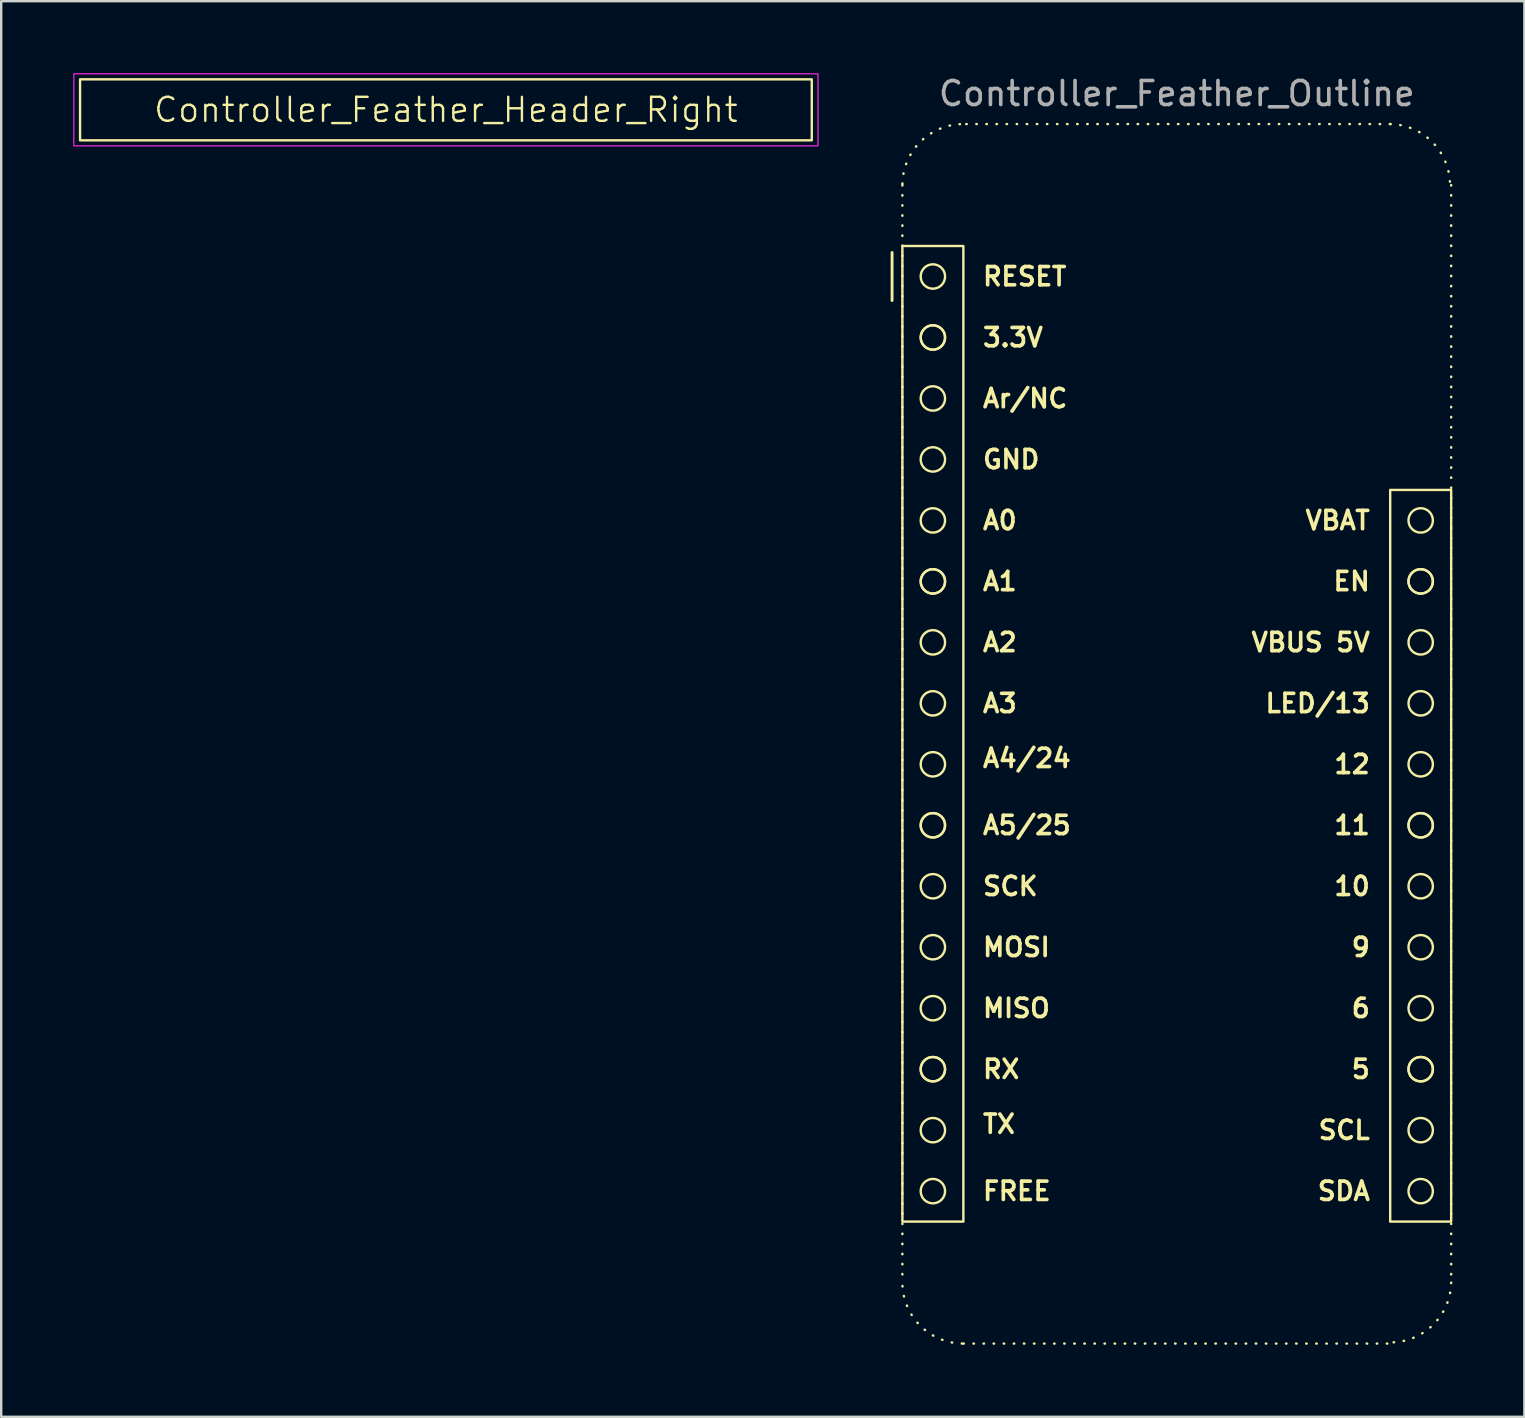
<source format=kicad_pcb>
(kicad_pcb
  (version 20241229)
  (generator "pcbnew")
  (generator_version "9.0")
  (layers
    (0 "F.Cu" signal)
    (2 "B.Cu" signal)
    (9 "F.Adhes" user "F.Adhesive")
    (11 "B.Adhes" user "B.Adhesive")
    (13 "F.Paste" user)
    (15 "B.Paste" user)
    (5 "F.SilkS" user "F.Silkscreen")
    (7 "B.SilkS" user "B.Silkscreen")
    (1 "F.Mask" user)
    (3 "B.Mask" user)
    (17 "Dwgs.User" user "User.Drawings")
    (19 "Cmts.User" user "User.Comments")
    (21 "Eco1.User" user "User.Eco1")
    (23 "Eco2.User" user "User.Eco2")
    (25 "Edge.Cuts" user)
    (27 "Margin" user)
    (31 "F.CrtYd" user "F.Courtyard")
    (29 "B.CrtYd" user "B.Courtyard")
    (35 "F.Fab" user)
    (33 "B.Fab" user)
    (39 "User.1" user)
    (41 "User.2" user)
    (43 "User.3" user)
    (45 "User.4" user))
  (footprint "Controller_Feather_Outline"
    (layer "F.Cu")
    (at 35.81 8.468)
    (property "Reference" "Controller_Feather_Outline" (at 10.16 -7.62 0) (layer "F.Fab") (effects (font (size 1 1) (thickness 0.15))))
    (attr through_hole)
    (fp_line (start -1.7 1) (end -1.7 -1) (stroke (width 0.12) (type solid)) (layer "F.SilkS"))
    (fp_line (start -1.27 -3.81) (end -1.27 41.91) (stroke (width 0.1) (type dot)) (layer "F.SilkS"))
    (fp_line (start 1.27 44.45) (end 19.05 44.45) (stroke (width 0.1) (type dot)) (layer "F.SilkS"))
    (fp_line (start 19.05 -6.35) (end 1.27 -6.35) (stroke (width 0.1) (type dot)) (layer "F.SilkS"))
    (fp_line (start 21.59 -3.81) (end 21.59 41.91) (stroke (width 0.1) (type dot)) (layer "F.SilkS"))
    (fp_rect (start -1.27 -1.27) (end 1.27 39.37) (stroke (width 0.1) (type default)) (fill no) (layer "F.SilkS"))
    (fp_rect (start 19.05 8.89) (end 21.59 39.37) (stroke (width 0.1) (type default)) (fill no) (layer "F.SilkS"))
    (fp_arc (start -1.269532 -3.858762) (mid -0.508728 -5.623209) (end 1.27 -6.35) (stroke (width 0.1) (type dot)) (layer "F.SilkS"))
    (fp_arc (start 1.221238 44.449532) (mid -0.543209 43.688728) (end -1.27 41.91) (stroke (width 0.1) (type dot)) (layer "F.SilkS"))
    (fp_arc (start 19.05 -6.35) (mid 20.814447 -5.589196) (end 21.541238 -3.810468) (stroke (width 0.1) (type dot)) (layer "F.SilkS"))
    (fp_arc (start 21.59 41.91) (mid 20.829196 43.674447) (end 19.050468 44.401238) (stroke (width 0.1) (type dot)) (layer "F.SilkS"))
    (fp_circle (center 0 0) (end 0.508 0) (stroke (width 0.1) (type solid)) (fill no) (layer "F.SilkS"))
    (fp_circle (center 0 2.54) (end 0.508 2.54) (stroke (width 0.1) (type solid)) (fill no) (layer "F.SilkS"))
    (fp_circle (center 0 2.54) (end 0.508 2.54) (stroke (width 0.1) (type solid)) (fill no) (layer "F.SilkS"))
    (fp_circle (center 0 5.08) (end 0.508 5.08) (stroke (width 0.1) (type solid)) (fill no) (layer "F.SilkS"))
    (fp_circle (center 0 7.62) (end 0.508 7.62) (stroke (width 0.1) (type solid)) (fill no) (layer "F.SilkS"))
    (fp_circle (center 0 10.16) (end 0.508 10.16) (stroke (width 0.1) (type solid)) (fill no) (layer "F.SilkS"))
    (fp_circle (center 0 12.7) (end 0.508 12.7) (stroke (width 0.1) (type solid)) (fill no) (layer "F.SilkS"))
    (fp_circle (center 0 12.7) (end 0.508 12.7) (stroke (width 0.1) (type solid)) (fill no) (layer "F.SilkS"))
    (fp_circle (center 0 15.24) (end 0.508 15.24) (stroke (width 0.1) (type solid)) (fill no) (layer "F.SilkS"))
    (fp_circle (center 0 17.78) (end 0.508 17.78) (stroke (width 0.1) (type solid)) (fill no) (layer "F.SilkS"))
    (fp_circle (center 0 20.32) (end 0.508 20.32) (stroke (width 0.1) (type solid)) (fill no) (layer "F.SilkS"))
    (fp_circle (center 0 22.86) (end 0.508 22.86) (stroke (width 0.1) (type solid)) (fill no) (layer "F.SilkS"))
    (fp_circle (center 0 22.86) (end 0.508 22.86) (stroke (width 0.1) (type solid)) (fill no) (layer "F.SilkS"))
    (fp_circle (center 0 25.4) (end 0.508 25.4) (stroke (width 0.1) (type solid)) (fill no) (layer "F.SilkS"))
    (fp_circle (center 0 27.94) (end 0.508 27.94) (stroke (width 0.1) (type solid)) (fill no) (layer "F.SilkS"))
    (fp_circle (center 0 30.48) (end 0.508 30.48) (stroke (width 0.1) (type solid)) (fill no) (layer "F.SilkS"))
    (fp_circle (center 0 33.02) (end 0.508 33.02) (stroke (width 0.1) (type solid)) (fill no) (layer "F.SilkS"))
    (fp_circle (center 0 33.02) (end 0.508 33.02) (stroke (width 0.1) (type solid)) (fill no) (layer "F.SilkS"))
    (fp_circle (center 0 35.56) (end 0.508 35.56) (stroke (width 0.1) (type solid)) (fill no) (layer "F.SilkS"))
    (fp_circle (center 0 38.1) (end 0.508 38.1) (stroke (width 0.1) (type solid)) (fill no) (layer "F.SilkS"))
    (fp_circle (center 20.32 10.16) (end 20.828 10.16) (stroke (width 0.1) (type solid)) (fill no) (layer "F.SilkS"))
    (fp_circle (center 20.32 12.7) (end 20.828 12.7) (stroke (width 0.1) (type solid)) (fill no) (layer "F.SilkS"))
    (fp_circle (center 20.32 12.7) (end 20.828 12.7) (stroke (width 0.1) (type solid)) (fill no) (layer "F.SilkS"))
    (fp_circle (center 20.32 15.24) (end 20.828 15.24) (stroke (width 0.1) (type solid)) (fill no) (layer "F.SilkS"))
    (fp_circle (center 20.32 17.78) (end 20.828 17.78) (stroke (width 0.1) (type solid)) (fill no) (layer "F.SilkS"))
    (fp_circle (center 20.32 20.32) (end 20.828 20.32) (stroke (width 0.1) (type solid)) (fill no) (layer "F.SilkS"))
    (fp_circle (center 20.32 22.86) (end 20.828 22.86) (stroke (width 0.1) (type solid)) (fill no) (layer "F.SilkS"))
    (fp_circle (center 20.32 22.86) (end 20.828 22.86) (stroke (width 0.1) (type solid)) (fill no) (layer "F.SilkS"))
    (fp_circle (center 20.32 25.4) (end 20.828 25.4) (stroke (width 0.1) (type solid)) (fill no) (layer "F.SilkS"))
    (fp_circle (center 20.32 27.94) (end 20.828 27.94) (stroke (width 0.1) (type solid)) (fill no) (layer "F.SilkS"))
    (fp_circle (center 20.32 30.48) (end 20.828 30.48) (stroke (width 0.1) (type solid)) (fill no) (layer "F.SilkS"))
    (fp_circle (center 20.32 33.02) (end 20.828 33.02) (stroke (width 0.1) (type solid)) (fill no) (layer "F.SilkS"))
    (fp_circle (center 20.32 33.02) (end 20.828 33.02) (stroke (width 0.1) (type solid)) (fill no) (layer "F.SilkS"))
    (fp_circle (center 20.32 35.56) (end 20.828 35.56) (stroke (width 0.1) (type solid)) (fill no) (layer "F.SilkS"))
    (fp_circle (center 20.32 38.1) (end 20.828 38.1) (stroke (width 0.1) (type solid)) (fill no) (layer "F.SilkS"))
    (fp_text user "A0" (at 2 10.16 0) (unlocked yes) (layer "F.SilkS") (effects (font (size 0.762 0.762) (thickness 0.152) (bold yes)) (justify left)))
    (fp_text user "6" (at 18.288 30.48 0) (unlocked yes) (layer "F.SilkS") (effects (font (size 0.762 0.762) (thickness 0.152) (bold yes)) (justify right)))
    (fp_text user "A3" (at 2 17.78 0) (unlocked yes) (layer "F.SilkS") (effects (font (size 0.762 0.762) (thickness 0.152) (bold yes)) (justify left)))
    (fp_text user "Ar/NC" (at 2 5.08 0) (unlocked yes) (layer "F.SilkS") (effects (font (size 0.762 0.762) (thickness 0.152) (bold yes)) (justify left)))
    (fp_text user "10" (at 18.288 25.4 0) (unlocked yes) (layer "F.SilkS") (effects (font (size 0.762 0.762) (thickness 0.152) (bold yes)) (justify right)))
    (fp_text user "12" (at 18.288 20.32 0) (unlocked yes) (layer "F.SilkS") (effects (font (size 0.762 0.762) (thickness 0.152) (bold yes)) (justify right)))
    (fp_text user "SCK" (at 2 25.4 0) (unlocked yes) (layer "F.SilkS") (effects (font (size 0.762 0.762) (thickness 0.152) (bold yes)) (justify left)))
    (fp_text user "RX" (at 2 33.02 0) (unlocked yes) (layer "F.SilkS") (effects (font (size 0.762 0.762) (thickness 0.152) (bold yes)) (justify left)))
    (fp_text user "SDA" (at 18.288 38.1 0) (unlocked yes) (layer "F.SilkS") (effects (font (size 0.762 0.762) (thickness 0.152) (bold yes)) (justify right)))
    (fp_text user "A4/24" (at 2 20.066 0) (unlocked yes) (layer "F.SilkS") (effects (font (size 0.762 0.762) (thickness 0.152) (bold yes)) (justify left)))
    (fp_text user "TX" (at 2 35.306 0) (unlocked yes) (layer "F.SilkS") (effects (font (size 0.762 0.762) (thickness 0.152) (bold yes)) (justify left)))
    (fp_text user "5" (at 18.288 33.02 0) (unlocked yes) (layer "F.SilkS") (effects (font (size 0.762 0.762) (thickness 0.152) (bold yes)) (justify right)))
    (fp_text user "11" (at 18.288 22.86 0) (unlocked yes) (layer "F.SilkS") (effects (font (size 0.762 0.762) (thickness 0.152) (bold yes)) (justify right)))
    (fp_text user "3.3V" (at 2 2.54 0) (unlocked yes) (layer "F.SilkS") (effects (font (size 0.762 0.762) (thickness 0.152) (bold yes)) (justify left)))
    (fp_text user "VBAT" (at 18.288 10.16 0) (unlocked yes) (layer "F.SilkS") (effects (font (size 0.762 0.762) (thickness 0.152) (bold yes)) (justify right)))
    (fp_text user "VBUS 5V" (at 18.288 15.24 0) (unlocked yes) (layer "F.SilkS") (effects (font (size 0.762 0.762) (thickness 0.152) (bold yes)) (justify right)))
    (fp_text user "GND" (at 2 7.62 0) (unlocked yes) (layer "F.SilkS") (effects (font (size 0.762 0.762) (thickness 0.152) (bold yes)) (justify left)))
    (fp_text user "RESET" (at 2 0 0) (unlocked yes) (layer "F.SilkS") (effects (font (size 0.762 0.762) (thickness 0.152) (bold yes)) (justify left)))
    (fp_text user "9" (at 18.288 27.94 0) (unlocked yes) (layer "F.SilkS") (effects (font (size 0.762 0.762) (thickness 0.152) (bold yes)) (justify right)))
    (fp_text user "EN" (at 18.288 12.7 0) (unlocked yes) (layer "F.SilkS") (effects (font (size 0.762 0.762) (thickness 0.152) (bold yes)) (justify right)))
    (fp_text user "A2" (at 2 15.24 0) (unlocked yes) (layer "F.SilkS") (effects (font (size 0.762 0.762) (thickness 0.152) (bold yes)) (justify left)))
    (fp_text user "A1" (at 2 12.7 0) (unlocked yes) (layer "F.SilkS") (effects (font (size 0.762 0.762) (thickness 0.152) (bold yes)) (justify left)))
    (fp_text user "MISO" (at 2 30.48 0) (unlocked yes) (layer "F.SilkS") (effects (font (size 0.762 0.762) (thickness 0.152) (bold yes)) (justify left)))
    (fp_text user "LED/13" (at 18.288 17.78 0) (unlocked yes) (layer "F.SilkS") (effects (font (size 0.762 0.762) (thickness 0.152) (bold yes)) (justify right)))
    (fp_text user "SCL" (at 18.288 35.56 0) (unlocked yes) (layer "F.SilkS") (effects (font (size 0.762 0.762) (thickness 0.152) (bold yes)) (justify right)))
    (fp_text user "A5/25" (at 2 22.86 0) (unlocked yes) (layer "F.SilkS") (effects (font (size 0.762 0.762) (thickness 0.152) (bold yes)) (justify left)))
    (fp_text user "MOSI" (at 2 27.94 0) (unlocked yes) (layer "F.SilkS") (effects (font (size 0.762 0.762) (thickness 0.152) (bold yes)) (justify left)))
    (fp_text user "FREE" (at 2 38.1 0) (unlocked yes) (layer "F.SilkS") (effects (font (size 0.762 0.762) (thickness 0.152) (bold yes)) (justify left))))
  (footprint "Controller_Feather_Header_Right"
    (layer "F.Cu")
    (at 15.525 1.525)
    (property "Reference" "Controller_Feather_Header_Right" (at 0 0 0) (unlocked yes) (layer "F.SilkS") (effects (font (size 1 1) (thickness 0.1))))
    (attr smd)
    (fp_rect (start -15.24 -1.27) (end 15.24 1.27) (stroke (width 0.1) (type default)) (fill no) (layer "F.SilkS"))
    (fp_rect (start -15.5 -1.5) (end 15.5 1.5) (stroke (width 0.05) (type default)) (fill no) (layer "F.CrtYd")))
  (gr_rect
    (start -3 -3)
    (end 60.45 55.968)
    (stroke (width 0.1) (type default))
    (fill no)
    (layer "Edge.Cuts")))
</source>
